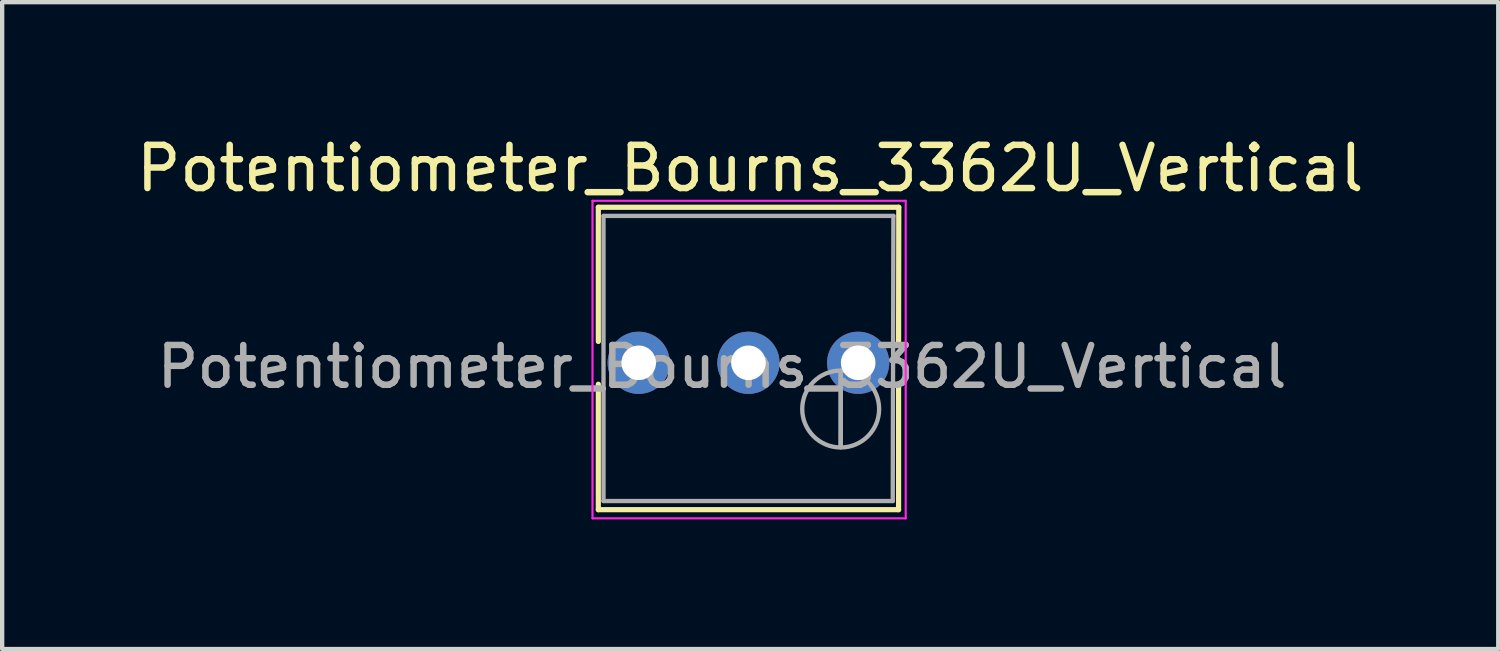
<source format=kicad_pcb>
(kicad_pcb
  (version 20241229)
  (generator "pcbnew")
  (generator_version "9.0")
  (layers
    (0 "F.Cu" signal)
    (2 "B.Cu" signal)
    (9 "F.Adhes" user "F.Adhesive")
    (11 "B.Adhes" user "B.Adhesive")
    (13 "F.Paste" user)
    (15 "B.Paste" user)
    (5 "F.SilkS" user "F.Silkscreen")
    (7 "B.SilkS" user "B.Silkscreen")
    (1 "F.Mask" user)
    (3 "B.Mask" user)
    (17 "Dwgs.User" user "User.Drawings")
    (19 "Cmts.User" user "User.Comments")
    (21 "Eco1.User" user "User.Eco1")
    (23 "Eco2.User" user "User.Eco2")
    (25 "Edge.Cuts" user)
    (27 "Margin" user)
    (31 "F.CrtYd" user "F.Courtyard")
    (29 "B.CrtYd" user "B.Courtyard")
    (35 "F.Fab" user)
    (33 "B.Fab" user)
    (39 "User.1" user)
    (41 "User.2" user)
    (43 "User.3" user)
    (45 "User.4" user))
  (footprint "Potentiometer_Bourns_3362U_Vertical"
    (layer "F.Cu")
    (at 16.815 5.348)
    (property "Reference" "Potentiometer_Bourns_3362U_Vertical" (at -2.5 -4.5 0) (layer "F.SilkS") (effects (font (size 1 1) (thickness 0.15))))
    (attr through_hole)
    (fp_line (start -6.015 -3.6) (end -6.015 -0.494) (stroke (width 0.12) (type solid)) (layer "F.SilkS"))
    (fp_line (start -6.015 -3.6) (end 0.94 -3.6) (stroke (width 0.12) (type solid)) (layer "F.SilkS"))
    (fp_line (start -6.015 0.496) (end -6.015 3.4) (stroke (width 0.12) (type solid)) (layer "F.SilkS"))
    (fp_line (start -6.015 3.4) (end 0.935 3.4) (stroke (width 0.12) (type solid)) (layer "F.SilkS"))
    (fp_line (start 0.935 0.496) (end 0.935 3.4) (stroke (width 0.12) (type solid)) (layer "F.SilkS"))
    (fp_line (start 0.94 -3.6) (end 0.935 -0.494) (stroke (width 0.12) (type solid)) (layer "F.SilkS"))
    (fp_line (start -6.15 -3.75) (end -6.15 3.6) (stroke (width 0.05) (type solid)) (layer "F.CrtYd"))
    (fp_line (start -6.15 3.6) (end 1.1 3.6) (stroke (width 0.05) (type solid)) (layer "F.CrtYd"))
    (fp_line (start 1.1 -3.75) (end -6.15 -3.75) (stroke (width 0.05) (type solid)) (layer "F.CrtYd"))
    (fp_line (start 1.1 3.6) (end 1.1 -3.75) (stroke (width 0.05) (type solid)) (layer "F.CrtYd"))
    (fp_line (start -5.895 -3.4) (end -5.895 3.2) (stroke (width 0.1) (type solid)) (layer "F.Fab"))
    (fp_line (start -5.895 3.2) (end 0.8 3.2) (stroke (width 0.1) (type solid)) (layer "F.Fab"))
    (fp_line (start -0.405 1.952) (end -0.404 0.189) (stroke (width 0.1) (type solid)) (layer "F.Fab"))
    (fp_line (start -0.405 1.952) (end -0.404 0.189) (stroke (width 0.1) (type solid)) (layer "F.Fab"))
    (fp_line (start 0.8 3.2) (end 0.815 -3.4) (stroke (width 0.1) (type solid)) (layer "F.Fab"))
    (fp_line (start 0.815 -3.4) (end -5.895 -3.4) (stroke (width 0.1) (type solid)) (layer "F.Fab"))
    (fp_circle (center -0.405 1.07) (end 0.485 1.07) (stroke (width 0.1) (type solid)) (fill no) (layer "F.Fab"))
    (fp_text user "${REFERENCE}" (at -3.15 0.09 0) (layer "F.Fab") (effects (font (size 0.92 0.92) (thickness 0.15))))
    (pad "1" thru_hole circle (at 0 0) (size 1.44 1.44) (drill 0.8) (layers "*.Cu" "*.Mask"))
    (pad "2" thru_hole circle (at -2.54 0) (size 1.44 1.44) (drill 0.8) (layers "*.Cu" "*.Mask"))
    (pad "3" thru_hole circle (at -5.08 0) (size 1.44 1.44) (drill 0.8) (layers "*.Cu" "*.Mask")))
  (gr_rect
    (start -3 -3)
    (end 31.631 11.973)
    (stroke (width 0.1) (type default))
    (fill no)
    (layer "Edge.Cuts")))
</source>
